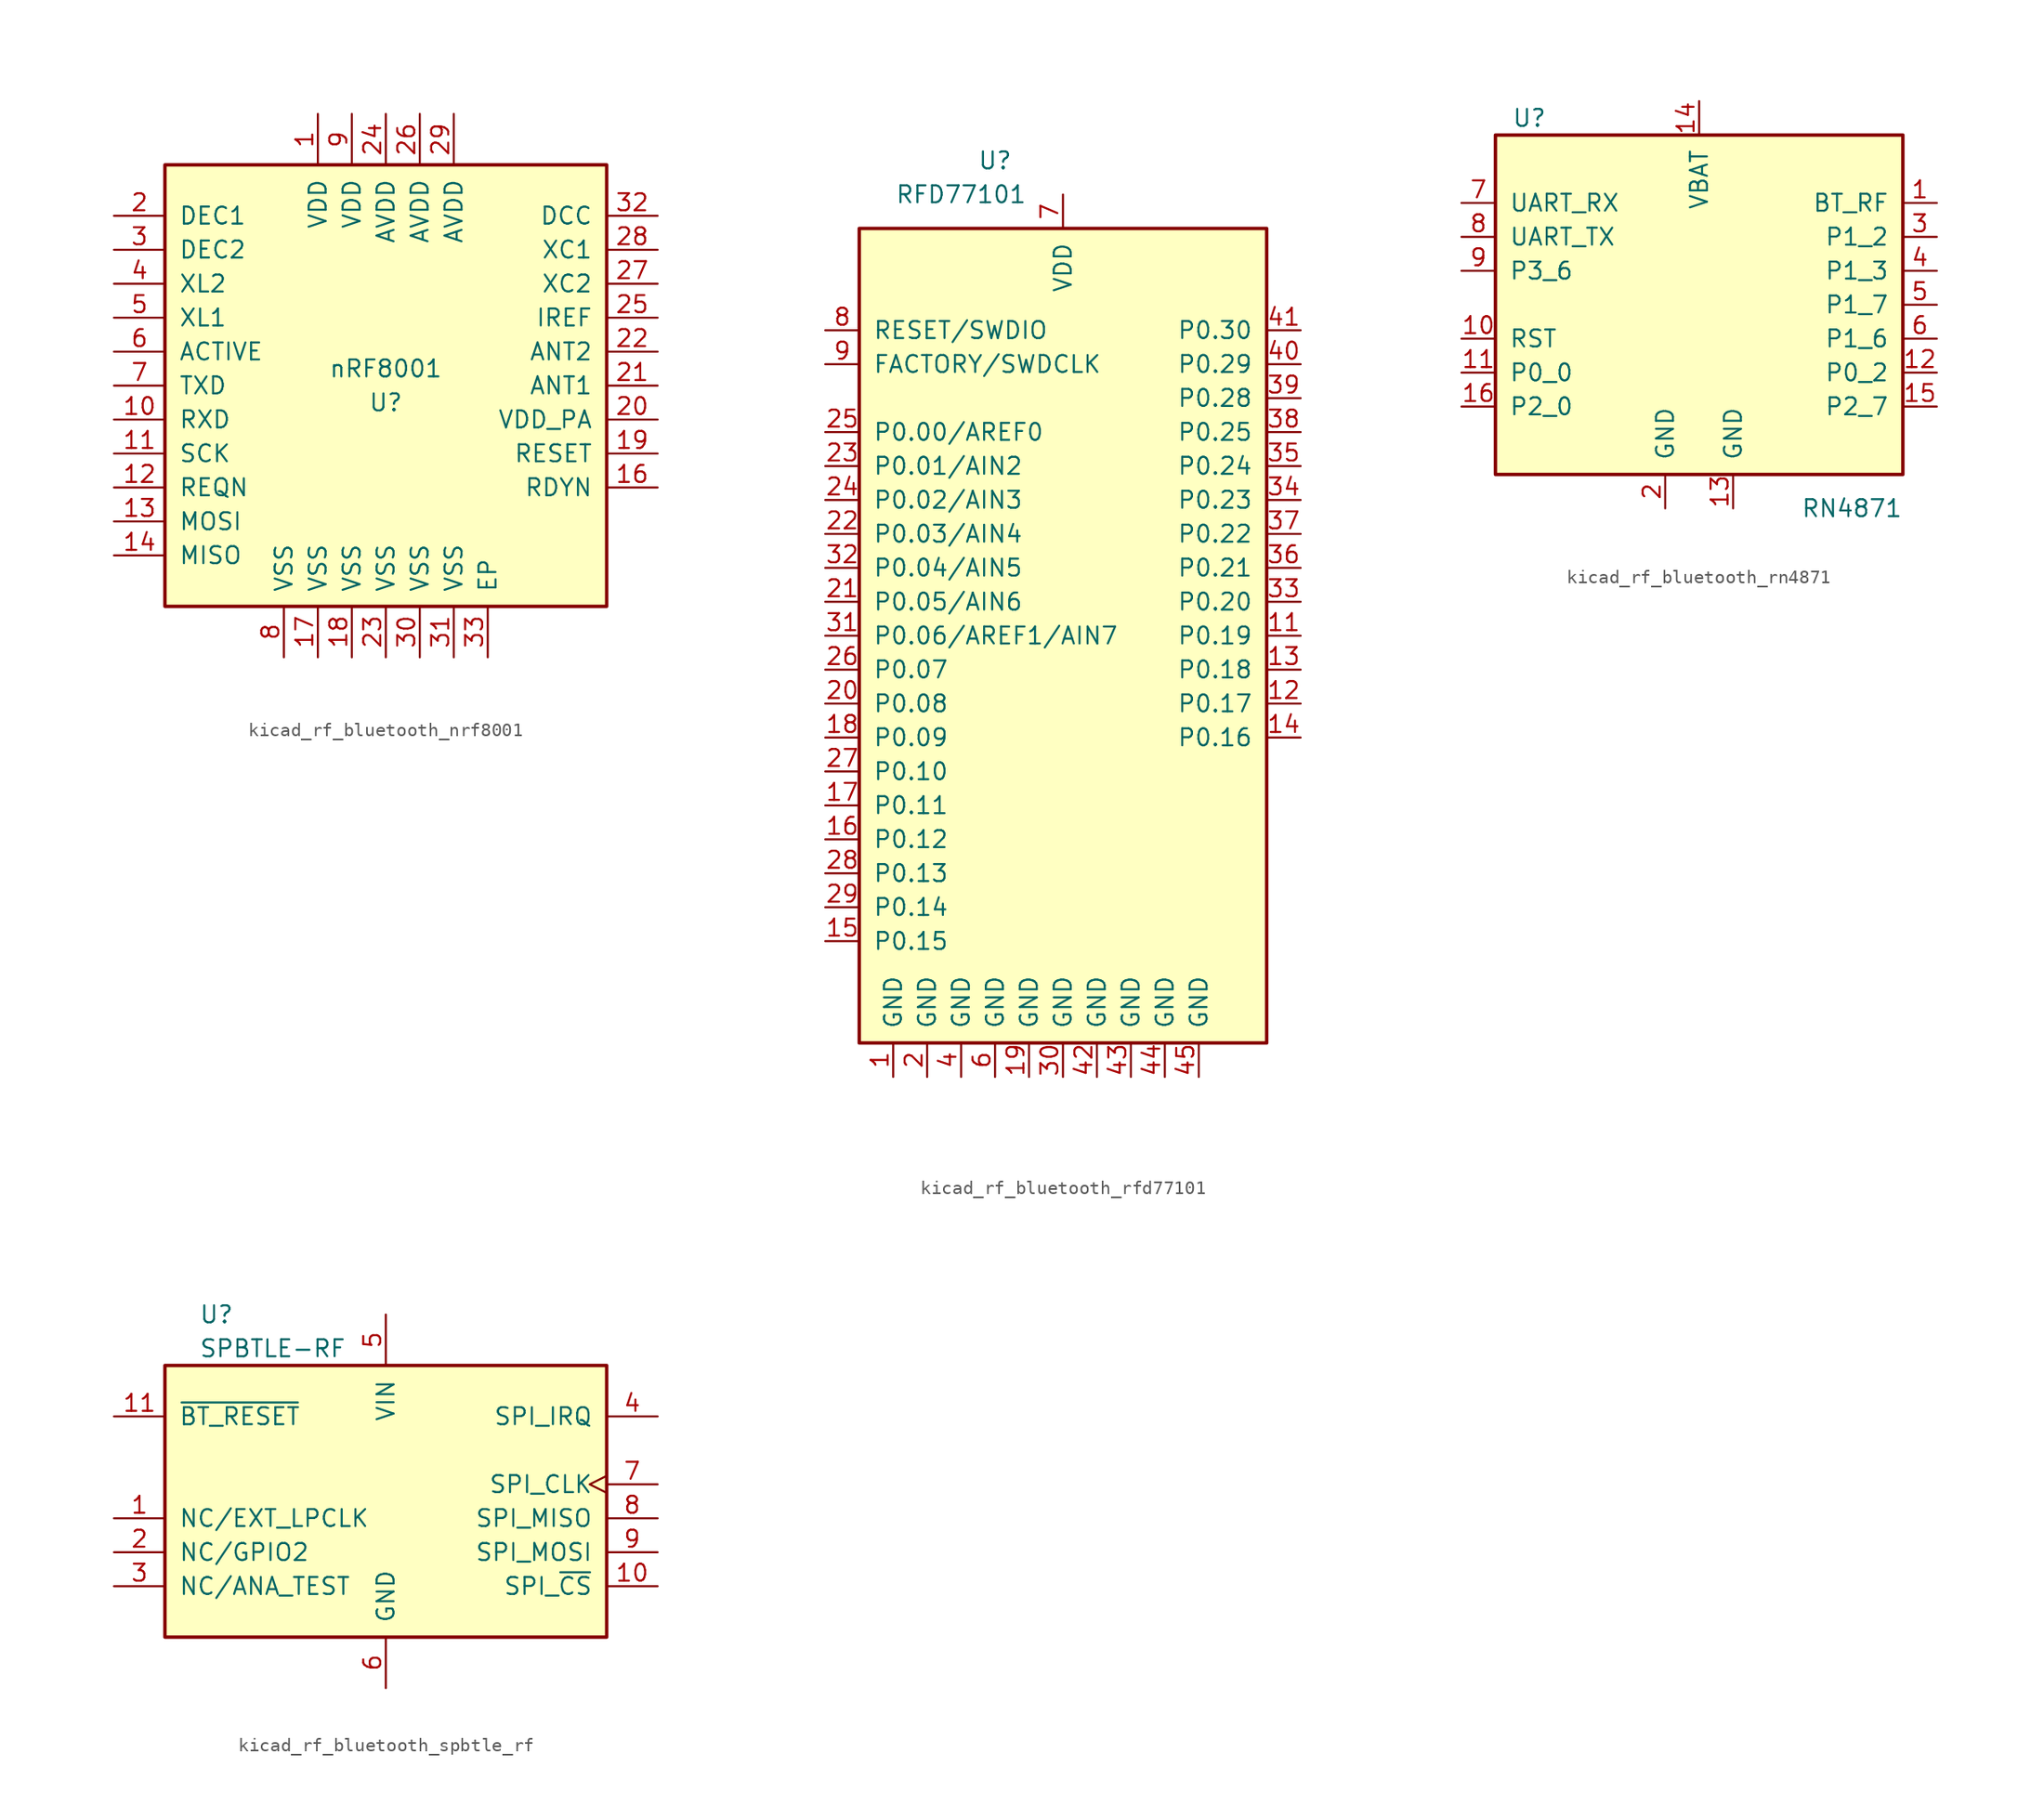
<source format=kicad_sym>
(kicad_symbol_lib
  (version 20220914)
  (generator kicad_symbol_editor)
  (symbol "kicad_rf_bluetooth_nrf8001"
    (pin_names
      (offset 1.016))
    (property "Reference" "U"
      (at 0 -1.27 0)
      (effects (font (size 1.27 1.27))))
    (property "Value" "nRF8001"
      (at 0 1.27 0)
      (effects (font (size 1.27 1.27))))
    (symbol "kicad_rf_bluetooth_nrf8001_0_1"
      (rectangle (start -16.51 16.51) (end 16.51 -16.51) (stroke (width 0.254) (type default)) (fill (type background))))
    (symbol "kicad_rf_bluetooth_nrf8001_1_1"
      (pin power_in line (at -5.08 20.32 270) (length 3.81) (name "VDD" (effects (font (size 1.27 1.27)))) (number "1" (effects (font (size 1.27 1.27)))))
      (pin input line (at -20.32 -2.54 0) (length 3.81) (name "RXD" (effects (font (size 1.27 1.27)))) (number "10" (effects (font (size 1.27 1.27)))))
      (pin input line (at -20.32 -5.08 0) (length 3.81) (name "SCK" (effects (font (size 1.27 1.27)))) (number "11" (effects (font (size 1.27 1.27)))))
      (pin bidirectional line (at -20.32 -7.62 0) (length 3.81) (name "REQN" (effects (font (size 1.27 1.27)))) (number "12" (effects (font (size 1.27 1.27)))))
      (pin input line (at -20.32 -10.16 0) (length 3.81) (name "MOSI" (effects (font (size 1.27 1.27)))) (number "13" (effects (font (size 1.27 1.27)))))
      (pin output line (at -20.32 -12.7 0) (length 3.81) (name "MISO" (effects (font (size 1.27 1.27)))) (number "14" (effects (font (size 1.27 1.27)))))
      (pin no_connect line (at 15.24 -10.16 180) (length 3.81) hide (name "N/C" (effects (font (size 1.27 1.27)))) (number "15" (effects (font (size 1.27 1.27)))))
      (pin bidirectional line (at 20.32 -7.62 180) (length 3.81) (name "RDYN" (effects (font (size 1.27 1.27)))) (number "16" (effects (font (size 1.27 1.27)))))
      (pin power_in line (at -5.08 -20.32 90) (length 3.81) (name "VSS" (effects (font (size 1.27 1.27)))) (number "17" (effects (font (size 1.27 1.27)))))
      (pin power_in line (at -2.54 -20.32 90) (length 3.81) (name "VSS" (effects (font (size 1.27 1.27)))) (number "18" (effects (font (size 1.27 1.27)))))
      (pin input line (at 20.32 -5.08 180) (length 3.81) (name "RESET" (effects (font (size 1.27 1.27)))) (number "19" (effects (font (size 1.27 1.27)))))
      (pin bidirectional line (at -20.32 12.7 0) (length 3.81) (name "DEC1" (effects (font (size 1.27 1.27)))) (number "2" (effects (font (size 1.27 1.27)))))
      (pin output line (at 20.32 -2.54 180) (length 3.81) (name "VDD_PA" (effects (font (size 1.27 1.27)))) (number "20" (effects (font (size 1.27 1.27)))))
      (pin bidirectional line (at 20.32 0 180) (length 3.81) (name "ANT1" (effects (font (size 1.27 1.27)))) (number "21" (effects (font (size 1.27 1.27)))))
      (pin bidirectional line (at 20.32 2.54 180) (length 3.81) (name "ANT2" (effects (font (size 1.27 1.27)))) (number "22" (effects (font (size 1.27 1.27)))))
      (pin power_in line (at 0 -20.32 90) (length 3.81) (name "VSS" (effects (font (size 1.27 1.27)))) (number "23" (effects (font (size 1.27 1.27)))))
      (pin power_in line (at 0 20.32 270) (length 3.81) (name "AVDD" (effects (font (size 1.27 1.27)))) (number "24" (effects (font (size 1.27 1.27)))))
      (pin input line (at 20.32 5.08 180) (length 3.81) (name "IREF" (effects (font (size 1.27 1.27)))) (number "25" (effects (font (size 1.27 1.27)))))
      (pin power_in line (at 2.54 20.32 270) (length 3.81) (name "AVDD" (effects (font (size 1.27 1.27)))) (number "26" (effects (font (size 1.27 1.27)))))
      (pin bidirectional line (at 20.32 7.62 180) (length 3.81) (name "XC2" (effects (font (size 1.27 1.27)))) (number "27" (effects (font (size 1.27 1.27)))))
      (pin bidirectional line (at 20.32 10.16 180) (length 3.81) (name "XC1" (effects (font (size 1.27 1.27)))) (number "28" (effects (font (size 1.27 1.27)))))
      (pin power_in line (at 5.08 20.32 270) (length 3.81) (name "AVDD" (effects (font (size 1.27 1.27)))) (number "29" (effects (font (size 1.27 1.27)))))
      (pin bidirectional line (at -20.32 10.16 0) (length 3.81) (name "DEC2" (effects (font (size 1.27 1.27)))) (number "3" (effects (font (size 1.27 1.27)))))
      (pin power_in line (at 2.54 -20.32 90) (length 3.81) (name "VSS" (effects (font (size 1.27 1.27)))) (number "30" (effects (font (size 1.27 1.27)))))
      (pin power_in line (at 5.08 -20.32 90) (length 3.81) (name "VSS" (effects (font (size 1.27 1.27)))) (number "31" (effects (font (size 1.27 1.27)))))
      (pin bidirectional line (at 20.32 12.7 180) (length 3.81) (name "DCC" (effects (font (size 1.27 1.27)))) (number "32" (effects (font (size 1.27 1.27)))))
      (pin power_in line (at 7.62 -20.32 90) (length 3.81) (name "EP" (effects (font (size 1.27 1.27)))) (number "33" (effects (font (size 1.27 1.27)))))
      (pin bidirectional line (at -20.32 7.62 0) (length 3.81) (name "XL2" (effects (font (size 1.27 1.27)))) (number "4" (effects (font (size 1.27 1.27)))))
      (pin bidirectional line (at -20.32 5.08 0) (length 3.81) (name "XL1" (effects (font (size 1.27 1.27)))) (number "5" (effects (font (size 1.27 1.27)))))
      (pin bidirectional line (at -20.32 2.54 0) (length 3.81) (name "ACTIVE" (effects (font (size 1.27 1.27)))) (number "6" (effects (font (size 1.27 1.27)))))
      (pin output line (at -20.32 0 0) (length 3.81) (name "TXD" (effects (font (size 1.27 1.27)))) (number "7" (effects (font (size 1.27 1.27)))))
      (pin power_in line (at -7.62 -20.32 90) (length 3.81) (name "VSS" (effects (font (size 1.27 1.27)))) (number "8" (effects (font (size 1.27 1.27)))))
      (pin power_in line (at -2.54 20.32 270) (length 3.81) (name "VDD" (effects (font (size 1.27 1.27)))) (number "9" (effects (font (size 1.27 1.27)))))))
  (symbol "kicad_rf_bluetooth_rfd77101"
    (pin_names
      (offset 1.016))
    (property "Reference" "U"
      (at -5.08 35.56 0)
      (effects (font (size 1.27 1.27))))
    (property "Value" "RFD77101"
      (at -7.62 33.02 0)
      (effects (font (size 1.27 1.27))))
    (symbol "kicad_rf_bluetooth_rfd77101_0_1"
      (rectangle (start -15.24 30.48) (end 15.24 -30.48) (stroke (width 0.254) (type default)) (fill (type background))))
    (symbol "kicad_rf_bluetooth_rfd77101_1_1"
      (pin power_in line (at -12.7 -33.02 90) (length 2.54) (name "GND" (effects (font (size 1.27 1.27)))) (number "1" (effects (font (size 1.27 1.27)))))
      (pin no_connect line (at 15.24 -20.32 180) (length 2.54) hide (name "NC" (effects (font (size 1.27 1.27)))) (number "10" (effects (font (size 1.27 1.27)))))
      (pin bidirectional line (at 17.78 0 180) (length 2.54) (name "P0.19" (effects (font (size 1.27 1.27)))) (number "11" (effects (font (size 1.27 1.27)))))
      (pin bidirectional line (at 17.78 -5.08 180) (length 2.54) (name "P0.17" (effects (font (size 1.27 1.27)))) (number "12" (effects (font (size 1.27 1.27)))))
      (pin bidirectional line (at 17.78 -2.54 180) (length 2.54) (name "P0.18" (effects (font (size 1.27 1.27)))) (number "13" (effects (font (size 1.27 1.27)))))
      (pin bidirectional line (at 17.78 -7.62 180) (length 2.54) (name "P0.16" (effects (font (size 1.27 1.27)))) (number "14" (effects (font (size 1.27 1.27)))))
      (pin bidirectional line (at -17.78 -22.86 0) (length 2.54) (name "P0.15" (effects (font (size 1.27 1.27)))) (number "15" (effects (font (size 1.27 1.27)))))
      (pin bidirectional line (at -17.78 -15.24 0) (length 2.54) (name "P0.12" (effects (font (size 1.27 1.27)))) (number "16" (effects (font (size 1.27 1.27)))))
      (pin bidirectional line (at -17.78 -12.7 0) (length 2.54) (name "P0.11" (effects (font (size 1.27 1.27)))) (number "17" (effects (font (size 1.27 1.27)))))
      (pin bidirectional line (at -17.78 -7.62 0) (length 2.54) (name "P0.09" (effects (font (size 1.27 1.27)))) (number "18" (effects (font (size 1.27 1.27)))))
      (pin power_in line (at -2.54 -33.02 90) (length 2.54) (name "GND" (effects (font (size 1.27 1.27)))) (number "19" (effects (font (size 1.27 1.27)))))
      (pin power_in line (at -10.16 -33.02 90) (length 2.54) (name "GND" (effects (font (size 1.27 1.27)))) (number "2" (effects (font (size 1.27 1.27)))))
      (pin bidirectional line (at -17.78 -5.08 0) (length 2.54) (name "P0.08" (effects (font (size 1.27 1.27)))) (number "20" (effects (font (size 1.27 1.27)))))
      (pin bidirectional line (at -17.78 2.54 0) (length 2.54) (name "P0.05/AIN6" (effects (font (size 1.27 1.27)))) (number "21" (effects (font (size 1.27 1.27)))))
      (pin bidirectional line (at -17.78 7.62 0) (length 2.54) (name "P0.03/AIN4" (effects (font (size 1.27 1.27)))) (number "22" (effects (font (size 1.27 1.27)))))
      (pin bidirectional line (at -17.78 12.7 0) (length 2.54) (name "P0.01/AIN2" (effects (font (size 1.27 1.27)))) (number "23" (effects (font (size 1.27 1.27)))))
      (pin bidirectional line (at -17.78 10.16 0) (length 2.54) (name "P0.02/AIN3" (effects (font (size 1.27 1.27)))) (number "24" (effects (font (size 1.27 1.27)))))
      (pin bidirectional line (at -17.78 15.24 0) (length 2.54) (name "P0.00/AREF0" (effects (font (size 1.27 1.27)))) (number "25" (effects (font (size 1.27 1.27)))))
      (pin bidirectional line (at -17.78 -2.54 0) (length 2.54) (name "P0.07" (effects (font (size 1.27 1.27)))) (number "26" (effects (font (size 1.27 1.27)))))
      (pin bidirectional line (at -17.78 -10.16 0) (length 2.54) (name "P0.10" (effects (font (size 1.27 1.27)))) (number "27" (effects (font (size 1.27 1.27)))))
      (pin bidirectional line (at -17.78 -17.78 0) (length 2.54) (name "P0.13" (effects (font (size 1.27 1.27)))) (number "28" (effects (font (size 1.27 1.27)))))
      (pin bidirectional line (at -17.78 -20.32 0) (length 2.54) (name "P0.14" (effects (font (size 1.27 1.27)))) (number "29" (effects (font (size 1.27 1.27)))))
      (pin no_connect line (at 15.24 -15.24 180) (length 2.54) hide (name "NC" (effects (font (size 1.27 1.27)))) (number "3" (effects (font (size 1.27 1.27)))))
      (pin power_in line (at 0 -33.02 90) (length 2.54) (name "GND" (effects (font (size 1.27 1.27)))) (number "30" (effects (font (size 1.27 1.27)))))
      (pin bidirectional line (at -17.78 0 0) (length 2.54) (name "P0.06/AREF1/AIN7" (effects (font (size 1.27 1.27)))) (number "31" (effects (font (size 1.27 1.27)))))
      (pin bidirectional line (at -17.78 5.08 0) (length 2.54) (name "P0.04/AIN5" (effects (font (size 1.27 1.27)))) (number "32" (effects (font (size 1.27 1.27)))))
      (pin bidirectional line (at 17.78 2.54 180) (length 2.54) (name "P0.20" (effects (font (size 1.27 1.27)))) (number "33" (effects (font (size 1.27 1.27)))))
      (pin bidirectional line (at 17.78 10.16 180) (length 2.54) (name "P0.23" (effects (font (size 1.27 1.27)))) (number "34" (effects (font (size 1.27 1.27)))))
      (pin bidirectional line (at 17.78 12.7 180) (length 2.54) (name "P0.24" (effects (font (size 1.27 1.27)))) (number "35" (effects (font (size 1.27 1.27)))))
      (pin bidirectional line (at 17.78 5.08 180) (length 2.54) (name "P0.21" (effects (font (size 1.27 1.27)))) (number "36" (effects (font (size 1.27 1.27)))))
      (pin bidirectional line (at 17.78 7.62 180) (length 2.54) (name "P0.22" (effects (font (size 1.27 1.27)))) (number "37" (effects (font (size 1.27 1.27)))))
      (pin bidirectional line (at 17.78 15.24 180) (length 2.54) (name "P0.25" (effects (font (size 1.27 1.27)))) (number "38" (effects (font (size 1.27 1.27)))))
      (pin bidirectional line (at 17.78 17.78 180) (length 2.54) (name "P0.28" (effects (font (size 1.27 1.27)))) (number "39" (effects (font (size 1.27 1.27)))))
      (pin power_in line (at -7.62 -33.02 90) (length 2.54) (name "GND" (effects (font (size 1.27 1.27)))) (number "4" (effects (font (size 1.27 1.27)))))
      (pin bidirectional line (at 17.78 20.32 180) (length 2.54) (name "P0.29" (effects (font (size 1.27 1.27)))) (number "40" (effects (font (size 1.27 1.27)))))
      (pin bidirectional line (at 17.78 22.86 180) (length 2.54) (name "P0.30" (effects (font (size 1.27 1.27)))) (number "41" (effects (font (size 1.27 1.27)))))
      (pin power_in line (at 2.54 -33.02 90) (length 2.54) (name "GND" (effects (font (size 1.27 1.27)))) (number "42" (effects (font (size 1.27 1.27)))))
      (pin power_in line (at 5.08 -33.02 90) (length 2.54) (name "GND" (effects (font (size 1.27 1.27)))) (number "43" (effects (font (size 1.27 1.27)))))
      (pin power_in line (at 7.62 -33.02 90) (length 2.54) (name "GND" (effects (font (size 1.27 1.27)))) (number "44" (effects (font (size 1.27 1.27)))))
      (pin power_in line (at 10.16 -33.02 90) (length 2.54) (name "GND" (effects (font (size 1.27 1.27)))) (number "45" (effects (font (size 1.27 1.27)))))
      (pin no_connect line (at 15.24 -17.78 180) (length 2.54) hide (name "NC" (effects (font (size 1.27 1.27)))) (number "5" (effects (font (size 1.27 1.27)))))
      (pin power_in line (at -5.08 -33.02 90) (length 2.54) (name "GND" (effects (font (size 1.27 1.27)))) (number "6" (effects (font (size 1.27 1.27)))))
      (pin power_in line (at 0 33.02 270) (length 2.54) (name "VDD" (effects (font (size 1.27 1.27)))) (number "7" (effects (font (size 1.27 1.27)))))
      (pin bidirectional line (at -17.78 22.86 0) (length 2.54) (name "RESET/SWDIO" (effects (font (size 1.27 1.27)))) (number "8" (effects (font (size 1.27 1.27)))))
      (pin input line (at -17.78 20.32 0) (length 2.54) (name "FACTORY/SWDCLK" (effects (font (size 1.27 1.27)))) (number "9" (effects (font (size 1.27 1.27)))))))
  (symbol "kicad_rf_bluetooth_rn4871"
    (pin_names
      (offset 1.016))
    (property "Reference" "U"
      (at -12.7 13.97 0)
      (effects (font (size 1.27 1.27))))
    (property "Value" "RN4871"
      (at 11.43 -15.24 0)
      (effects (font (size 1.27 1.27))))
    (symbol "kicad_rf_bluetooth_rn4871_0_1"
      (rectangle (start -15.24 12.7) (end 15.24 -12.7) (stroke (width 0.254) (type default)) (fill (type background))))
    (symbol "kicad_rf_bluetooth_rn4871_1_1"
      (pin output line (at 17.78 7.62 180) (length 2.54) (name "BT_RF" (effects (font (size 1.27 1.27)))) (number "1" (effects (font (size 1.27 1.27)))))
      (pin input line (at -17.78 -2.54 0) (length 2.54) (name "RST" (effects (font (size 1.27 1.27)))) (number "10" (effects (font (size 1.27 1.27)))))
      (pin bidirectional line (at -17.78 -5.08 0) (length 2.54) (name "P0_0" (effects (font (size 1.27 1.27)))) (number "11" (effects (font (size 1.27 1.27)))))
      (pin bidirectional line (at 17.78 -5.08 180) (length 2.54) (name "P0_2" (effects (font (size 1.27 1.27)))) (number "12" (effects (font (size 1.27 1.27)))))
      (pin power_in line (at 2.54 -15.24 90) (length 2.54) (name "GND" (effects (font (size 1.27 1.27)))) (number "13" (effects (font (size 1.27 1.27)))))
      (pin power_in line (at 0 15.24 270) (length 2.54) (name "VBAT" (effects (font (size 1.27 1.27)))) (number "14" (effects (font (size 1.27 1.27)))))
      (pin bidirectional line (at 17.78 -7.62 180) (length 2.54) (name "P2_7" (effects (font (size 1.27 1.27)))) (number "15" (effects (font (size 1.27 1.27)))))
      (pin input line (at -17.78 -7.62 0) (length 2.54) (name "P2_0" (effects (font (size 1.27 1.27)))) (number "16" (effects (font (size 1.27 1.27)))))
      (pin power_in line (at -2.54 -15.24 90) (length 2.54) (name "GND" (effects (font (size 1.27 1.27)))) (number "2" (effects (font (size 1.27 1.27)))))
      (pin bidirectional line (at 17.78 5.08 180) (length 2.54) (name "P1_2" (effects (font (size 1.27 1.27)))) (number "3" (effects (font (size 1.27 1.27)))))
      (pin bidirectional line (at 17.78 2.54 180) (length 2.54) (name "P1_3" (effects (font (size 1.27 1.27)))) (number "4" (effects (font (size 1.27 1.27)))))
      (pin bidirectional line (at 17.78 0 180) (length 2.54) (name "P1_7" (effects (font (size 1.27 1.27)))) (number "5" (effects (font (size 1.27 1.27)))))
      (pin bidirectional line (at 17.78 -2.54 180) (length 2.54) (name "P1_6" (effects (font (size 1.27 1.27)))) (number "6" (effects (font (size 1.27 1.27)))))
      (pin input line (at -17.78 7.62 0) (length 2.54) (name "UART_RX" (effects (font (size 1.27 1.27)))) (number "7" (effects (font (size 1.27 1.27)))))
      (pin output line (at -17.78 5.08 0) (length 2.54) (name "UART_TX" (effects (font (size 1.27 1.27)))) (number "8" (effects (font (size 1.27 1.27)))))
      (pin bidirectional line (at -17.78 2.54 0) (length 2.54) (name "P3_6" (effects (font (size 1.27 1.27)))) (number "9" (effects (font (size 1.27 1.27)))))))
  (symbol "kicad_rf_bluetooth_spbtle_rf"
    (pin_names
      (offset 1.016))
    (property "Reference" "U"
      (at -13.97 12.7 0)
      (effects (font (size 1.27 1.27)) (justify left)))
    (property "Value" "SPBTLE-RF"
      (at -13.97 10.16 0)
      (effects (font (size 1.27 1.27)) (justify left)))
    (symbol "kicad_rf_bluetooth_spbtle_rf_0_1"
      (rectangle (start -16.51 8.89) (end 16.51 -11.43) (stroke (width 0.254) (type default)) (fill (type background))))
    (symbol "kicad_rf_bluetooth_spbtle_rf_1_1"
      (pin input line (at -20.32 -2.54 0) (length 3.81) (name "NC/EXT_LPCLK" (effects (font (size 1.27 1.27)))) (number "1" (effects (font (size 1.27 1.27)))))
      (pin input line (at 20.32 -7.62 180) (length 3.81) (name "SPI_~{CS}" (effects (font (size 1.27 1.27)))) (number "10" (effects (font (size 1.27 1.27)))))
      (pin input line (at -20.32 5.08 0) (length 3.81) (name "~{BT_RESET}" (effects (font (size 1.27 1.27)))) (number "11" (effects (font (size 1.27 1.27)))))
      (pin bidirectional line (at -20.32 -5.08 0) (length 3.81) (name "NC/GPIO2" (effects (font (size 1.27 1.27)))) (number "2" (effects (font (size 1.27 1.27)))))
      (pin input line (at -20.32 -7.62 0) (length 3.81) (name "NC/ANA_TEST" (effects (font (size 1.27 1.27)))) (number "3" (effects (font (size 1.27 1.27)))))
      (pin output line (at 20.32 5.08 180) (length 3.81) (name "SPI_IRQ" (effects (font (size 1.27 1.27)))) (number "4" (effects (font (size 1.27 1.27)))))
      (pin power_in line (at 0 12.7 270) (length 3.81) (name "VIN" (effects (font (size 1.27 1.27)))) (number "5" (effects (font (size 1.27 1.27)))))
      (pin power_in line (at 0 -15.24 90) (length 3.81) (name "GND" (effects (font (size 1.27 1.27)))) (number "6" (effects (font (size 1.27 1.27)))))
      (pin input clock (at 20.32 0 180) (length 3.81) (name "SPI_CLK" (effects (font (size 1.27 1.27)))) (number "7" (effects (font (size 1.27 1.27)))))
      (pin output line (at 20.32 -2.54 180) (length 3.81) (name "SPI_MISO" (effects (font (size 1.27 1.27)))) (number "8" (effects (font (size 1.27 1.27)))))
      (pin input line (at 20.32 -5.08 180) (length 3.81) (name "SPI_MOSI" (effects (font (size 1.27 1.27)))) (number "9" (effects (font (size 1.27 1.27))))))))
</source>
